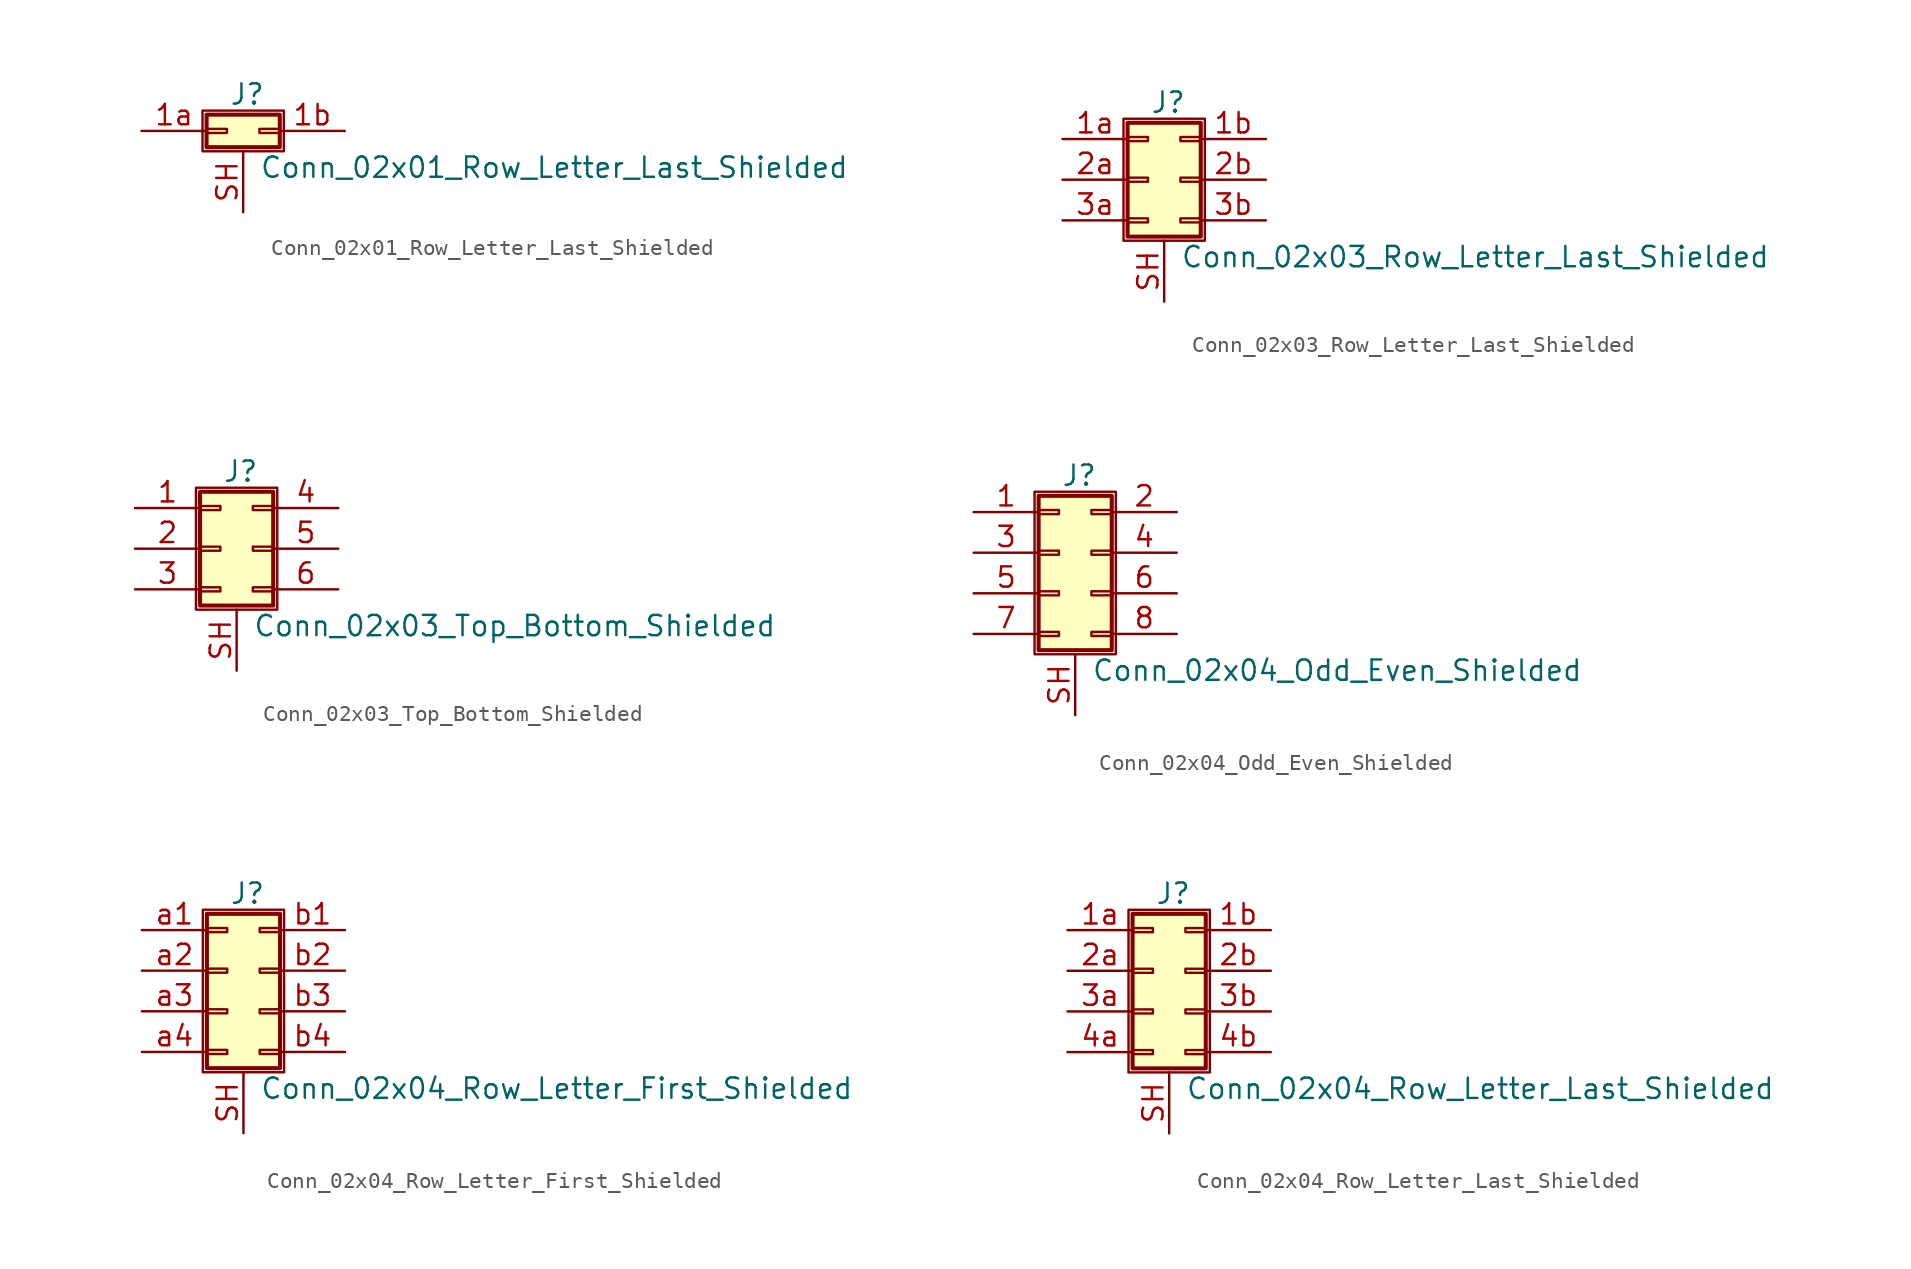
<source format=kicad_sym>
(kicad_symbol_lib
  (version 20201005)
  (generator kicad_symbol_editor)
  (symbol "Conn_02x01_Row_Letter_Last_Shielded"
    (pin_names
      (offset 1.016) hide)
    (property "Reference" "J"
      (at 1.524 2.286 0)
      (effects (font (size 1.27 1.27))))
    (property "Value" "Conn_02x01_Row_Letter_Last_Shielded"
      (at 2.286 -2.286 0)
      (effects (font (size 1.27 1.27)) (justify left)))
    (symbol "Conn_02x01_Row_Letter_Last_Shielded_1_1"
      (rectangle (start -1.27 1.27) (end 3.81 -1.27) (stroke (width 0.152)) (fill (type none)))
      (rectangle (start -1.016 0.127) (end 0.254 -0.127) (stroke (width 0.152)) (fill (type none)))
      (rectangle (start -1.016 1.016) (end 3.556 -1.016) (stroke (width 0.254)) (fill (type background)))
      (rectangle (start 3.556 0.127) (end 2.286 -0.127) (stroke (width 0.152)) (fill (type none)))
      (pin passive line (at -5.08 0 0) (length 4.064) (name "Pin_1a" (effects (font (size 1.27 1.27)))) (number "1a" (effects (font (size 1.27 1.27)))))
      (pin passive line (at 7.62 0 180) (length 4.064) (name "Pin_1b" (effects (font (size 1.27 1.27)))) (number "1b" (effects (font (size 1.27 1.27)))))
      (pin passive line (at 1.27 -5.08 90) (length 3.81) (name "Shield" (effects (font (size 1.27 1.27)))) (number "SH" (effects (font (size 1.27 1.27)))))))
  (symbol "Conn_02x03_Row_Letter_Last_Shielded"
    (pin_names
      (offset 1.016) hide)
    (property "Reference" "J"
      (at 1.524 4.826 0)
      (effects (font (size 1.27 1.27))))
    (property "Value" "Conn_02x03_Row_Letter_Last_Shielded"
      (at 2.286 -4.826 0)
      (effects (font (size 1.27 1.27)) (justify left)))
    (symbol "Conn_02x03_Row_Letter_Last_Shielded_1_1"
      (rectangle (start -1.27 3.81) (end 3.81 -3.81) (stroke (width 0.152)) (fill (type none)))
      (rectangle (start -1.016 -2.413) (end 0.254 -2.667) (stroke (width 0.152)) (fill (type none)))
      (rectangle (start -1.016 0.127) (end 0.254 -0.127) (stroke (width 0.152)) (fill (type none)))
      (rectangle (start -1.016 2.667) (end 0.254 2.413) (stroke (width 0.152)) (fill (type none)))
      (rectangle (start -1.016 3.556) (end 3.556 -3.556) (stroke (width 0.254)) (fill (type background)))
      (rectangle (start 3.556 -2.413) (end 2.286 -2.667) (stroke (width 0.152)) (fill (type none)))
      (rectangle (start 3.556 0.127) (end 2.286 -0.127) (stroke (width 0.152)) (fill (type none)))
      (rectangle (start 3.556 2.667) (end 2.286 2.413) (stroke (width 0.152)) (fill (type none)))
      (pin passive line (at -5.08 2.54 0) (length 4.064) (name "Pin_1a" (effects (font (size 1.27 1.27)))) (number "1a" (effects (font (size 1.27 1.27)))))
      (pin passive line (at 7.62 2.54 180) (length 4.064) (name "Pin_1b" (effects (font (size 1.27 1.27)))) (number "1b" (effects (font (size 1.27 1.27)))))
      (pin passive line (at -5.08 0 0) (length 4.064) (name "Pin_2a" (effects (font (size 1.27 1.27)))) (number "2a" (effects (font (size 1.27 1.27)))))
      (pin passive line (at 7.62 0 180) (length 4.064) (name "Pin_2b" (effects (font (size 1.27 1.27)))) (number "2b" (effects (font (size 1.27 1.27)))))
      (pin passive line (at -5.08 -2.54 0) (length 4.064) (name "Pin_3a" (effects (font (size 1.27 1.27)))) (number "3a" (effects (font (size 1.27 1.27)))))
      (pin passive line (at 7.62 -2.54 180) (length 4.064) (name "Pin_3b" (effects (font (size 1.27 1.27)))) (number "3b" (effects (font (size 1.27 1.27)))))
      (pin passive line (at 1.27 -7.62 90) (length 3.81) (name "Shield" (effects (font (size 1.27 1.27)))) (number "SH" (effects (font (size 1.27 1.27)))))))
  (symbol "Conn_02x03_Top_Bottom_Shielded"
    (pin_names
      (offset 1.016) hide)
    (property "Reference" "J"
      (at 1.524 4.826 0)
      (effects (font (size 1.27 1.27))))
    (property "Value" "Conn_02x03_Top_Bottom_Shielded"
      (at 2.286 -4.826 0)
      (effects (font (size 1.27 1.27)) (justify left)))
    (symbol "Conn_02x03_Top_Bottom_Shielded_1_1"
      (rectangle (start -1.27 3.81) (end 3.81 -3.81) (stroke (width 0.152)) (fill (type none)))
      (rectangle (start -1.016 -2.413) (end 0.254 -2.667) (stroke (width 0.152)) (fill (type none)))
      (rectangle (start -1.016 0.127) (end 0.254 -0.127) (stroke (width 0.152)) (fill (type none)))
      (rectangle (start -1.016 2.667) (end 0.254 2.413) (stroke (width 0.152)) (fill (type none)))
      (rectangle (start -1.016 3.556) (end 3.556 -3.556) (stroke (width 0.254)) (fill (type background)))
      (rectangle (start 3.556 -2.413) (end 2.286 -2.667) (stroke (width 0.152)) (fill (type none)))
      (rectangle (start 3.556 0.127) (end 2.286 -0.127) (stroke (width 0.152)) (fill (type none)))
      (rectangle (start 3.556 2.667) (end 2.286 2.413) (stroke (width 0.152)) (fill (type none)))
      (pin passive line (at -5.08 2.54 0) (length 4.064) (name "Pin_1" (effects (font (size 1.27 1.27)))) (number "1" (effects (font (size 1.27 1.27)))))
      (pin passive line (at -5.08 0 0) (length 4.064) (name "Pin_2" (effects (font (size 1.27 1.27)))) (number "2" (effects (font (size 1.27 1.27)))))
      (pin passive line (at -5.08 -2.54 0) (length 4.064) (name "Pin_3" (effects (font (size 1.27 1.27)))) (number "3" (effects (font (size 1.27 1.27)))))
      (pin passive line (at 7.62 2.54 180) (length 4.064) (name "Pin_4" (effects (font (size 1.27 1.27)))) (number "4" (effects (font (size 1.27 1.27)))))
      (pin passive line (at 7.62 0 180) (length 4.064) (name "Pin_5" (effects (font (size 1.27 1.27)))) (number "5" (effects (font (size 1.27 1.27)))))
      (pin passive line (at 7.62 -2.54 180) (length 4.064) (name "Pin_6" (effects (font (size 1.27 1.27)))) (number "6" (effects (font (size 1.27 1.27)))))
      (pin passive line (at 1.27 -7.62 90) (length 3.81) (name "Shield" (effects (font (size 1.27 1.27)))) (number "SH" (effects (font (size 1.27 1.27)))))))
  (symbol "Conn_02x04_Odd_Even_Shielded"
    (pin_names
      (offset 1.016) hide)
    (property "Reference" "J"
      (at 1.524 4.826 0)
      (effects (font (size 1.27 1.27))))
    (property "Value" "Conn_02x04_Odd_Even_Shielded"
      (at 2.286 -7.366 0)
      (effects (font (size 1.27 1.27)) (justify left)))
    (symbol "Conn_02x04_Odd_Even_Shielded_1_1"
      (rectangle (start -1.27 3.81) (end 3.81 -6.35) (stroke (width 0.152)) (fill (type none)))
      (rectangle (start -1.016 -4.953) (end 0.254 -5.207) (stroke (width 0.152)) (fill (type none)))
      (rectangle (start -1.016 -2.413) (end 0.254 -2.667) (stroke (width 0.152)) (fill (type none)))
      (rectangle (start -1.016 0.127) (end 0.254 -0.127) (stroke (width 0.152)) (fill (type none)))
      (rectangle (start -1.016 2.667) (end 0.254 2.413) (stroke (width 0.152)) (fill (type none)))
      (rectangle (start -1.016 3.556) (end 3.556 -6.096) (stroke (width 0.254)) (fill (type background)))
      (rectangle (start 3.556 -4.953) (end 2.286 -5.207) (stroke (width 0.152)) (fill (type none)))
      (rectangle (start 3.556 -2.413) (end 2.286 -2.667) (stroke (width 0.152)) (fill (type none)))
      (rectangle (start 3.556 0.127) (end 2.286 -0.127) (stroke (width 0.152)) (fill (type none)))
      (rectangle (start 3.556 2.667) (end 2.286 2.413) (stroke (width 0.152)) (fill (type none)))
      (pin passive line (at -5.08 2.54 0) (length 4.064) (name "Pin_1" (effects (font (size 1.27 1.27)))) (number "1" (effects (font (size 1.27 1.27)))))
      (pin passive line (at 7.62 2.54 180) (length 4.064) (name "Pin_2" (effects (font (size 1.27 1.27)))) (number "2" (effects (font (size 1.27 1.27)))))
      (pin passive line (at -5.08 0 0) (length 4.064) (name "Pin_3" (effects (font (size 1.27 1.27)))) (number "3" (effects (font (size 1.27 1.27)))))
      (pin passive line (at 7.62 0 180) (length 4.064) (name "Pin_4" (effects (font (size 1.27 1.27)))) (number "4" (effects (font (size 1.27 1.27)))))
      (pin passive line (at -5.08 -2.54 0) (length 4.064) (name "Pin_5" (effects (font (size 1.27 1.27)))) (number "5" (effects (font (size 1.27 1.27)))))
      (pin passive line (at 7.62 -2.54 180) (length 4.064) (name "Pin_6" (effects (font (size 1.27 1.27)))) (number "6" (effects (font (size 1.27 1.27)))))
      (pin passive line (at -5.08 -5.08 0) (length 4.064) (name "Pin_7" (effects (font (size 1.27 1.27)))) (number "7" (effects (font (size 1.27 1.27)))))
      (pin passive line (at 7.62 -5.08 180) (length 4.064) (name "Pin_8" (effects (font (size 1.27 1.27)))) (number "8" (effects (font (size 1.27 1.27)))))
      (pin passive line (at 1.27 -10.16 90) (length 3.81) (name "Shield" (effects (font (size 1.27 1.27)))) (number "SH" (effects (font (size 1.27 1.27)))))))
  (symbol "Conn_02x04_Row_Letter_First_Shielded"
    (pin_names
      (offset 1.016) hide)
    (property "Reference" "J"
      (at 1.524 4.826 0)
      (effects (font (size 1.27 1.27))))
    (property "Value" "Conn_02x04_Row_Letter_First_Shielded"
      (at 2.286 -7.366 0)
      (effects (font (size 1.27 1.27)) (justify left)))
    (symbol "Conn_02x04_Row_Letter_First_Shielded_1_1"
      (rectangle (start -1.27 3.81) (end 3.81 -6.35) (stroke (width 0.152)) (fill (type none)))
      (rectangle (start -1.016 -4.953) (end 0.254 -5.207) (stroke (width 0.152)) (fill (type none)))
      (rectangle (start -1.016 -2.413) (end 0.254 -2.667) (stroke (width 0.152)) (fill (type none)))
      (rectangle (start -1.016 0.127) (end 0.254 -0.127) (stroke (width 0.152)) (fill (type none)))
      (rectangle (start -1.016 2.667) (end 0.254 2.413) (stroke (width 0.152)) (fill (type none)))
      (rectangle (start -1.016 3.556) (end 3.556 -6.096) (stroke (width 0.254)) (fill (type background)))
      (rectangle (start 3.556 -4.953) (end 2.286 -5.207) (stroke (width 0.152)) (fill (type none)))
      (rectangle (start 3.556 -2.413) (end 2.286 -2.667) (stroke (width 0.152)) (fill (type none)))
      (rectangle (start 3.556 0.127) (end 2.286 -0.127) (stroke (width 0.152)) (fill (type none)))
      (rectangle (start 3.556 2.667) (end 2.286 2.413) (stroke (width 0.152)) (fill (type none)))
      (pin passive line (at 1.27 -10.16 90) (length 3.81) (name "Shield" (effects (font (size 1.27 1.27)))) (number "SH" (effects (font (size 1.27 1.27)))))
      (pin passive line (at -5.08 2.54 0) (length 4.064) (name "Pin_a1" (effects (font (size 1.27 1.27)))) (number "a1" (effects (font (size 1.27 1.27)))))
      (pin passive line (at -5.08 0 0) (length 4.064) (name "Pin_a2" (effects (font (size 1.27 1.27)))) (number "a2" (effects (font (size 1.27 1.27)))))
      (pin passive line (at -5.08 -2.54 0) (length 4.064) (name "Pin_a3" (effects (font (size 1.27 1.27)))) (number "a3" (effects (font (size 1.27 1.27)))))
      (pin passive line (at -5.08 -5.08 0) (length 4.064) (name "Pin_a4" (effects (font (size 1.27 1.27)))) (number "a4" (effects (font (size 1.27 1.27)))))
      (pin passive line (at 7.62 2.54 180) (length 4.064) (name "Pin_b1" (effects (font (size 1.27 1.27)))) (number "b1" (effects (font (size 1.27 1.27)))))
      (pin passive line (at 7.62 0 180) (length 4.064) (name "Pin_b2" (effects (font (size 1.27 1.27)))) (number "b2" (effects (font (size 1.27 1.27)))))
      (pin passive line (at 7.62 -2.54 180) (length 4.064) (name "Pin_b3" (effects (font (size 1.27 1.27)))) (number "b3" (effects (font (size 1.27 1.27)))))
      (pin passive line (at 7.62 -5.08 180) (length 4.064) (name "Pin_b4" (effects (font (size 1.27 1.27)))) (number "b4" (effects (font (size 1.27 1.27)))))))
  (symbol "Conn_02x04_Row_Letter_Last_Shielded"
    (pin_names
      (offset 1.016) hide)
    (property "Reference" "J"
      (at 1.524 4.826 0)
      (effects (font (size 1.27 1.27))))
    (property "Value" "Conn_02x04_Row_Letter_Last_Shielded"
      (at 2.286 -7.366 0)
      (effects (font (size 1.27 1.27)) (justify left)))
    (symbol "Conn_02x04_Row_Letter_Last_Shielded_1_1"
      (rectangle (start -1.27 3.81) (end 3.81 -6.35) (stroke (width 0.152)) (fill (type none)))
      (rectangle (start -1.016 -4.953) (end 0.254 -5.207) (stroke (width 0.152)) (fill (type none)))
      (rectangle (start -1.016 -2.413) (end 0.254 -2.667) (stroke (width 0.152)) (fill (type none)))
      (rectangle (start -1.016 0.127) (end 0.254 -0.127) (stroke (width 0.152)) (fill (type none)))
      (rectangle (start -1.016 2.667) (end 0.254 2.413) (stroke (width 0.152)) (fill (type none)))
      (rectangle (start -1.016 3.556) (end 3.556 -6.096) (stroke (width 0.254)) (fill (type background)))
      (rectangle (start 3.556 -4.953) (end 2.286 -5.207) (stroke (width 0.152)) (fill (type none)))
      (rectangle (start 3.556 -2.413) (end 2.286 -2.667) (stroke (width 0.152)) (fill (type none)))
      (rectangle (start 3.556 0.127) (end 2.286 -0.127) (stroke (width 0.152)) (fill (type none)))
      (rectangle (start 3.556 2.667) (end 2.286 2.413) (stroke (width 0.152)) (fill (type none)))
      (pin passive line (at -5.08 2.54 0) (length 4.064) (name "Pin_1a" (effects (font (size 1.27 1.27)))) (number "1a" (effects (font (size 1.27 1.27)))))
      (pin passive line (at 7.62 2.54 180) (length 4.064) (name "Pin_1b" (effects (font (size 1.27 1.27)))) (number "1b" (effects (font (size 1.27 1.27)))))
      (pin passive line (at -5.08 0 0) (length 4.064) (name "Pin_2a" (effects (font (size 1.27 1.27)))) (number "2a" (effects (font (size 1.27 1.27)))))
      (pin passive line (at 7.62 0 180) (length 4.064) (name "Pin_2b" (effects (font (size 1.27 1.27)))) (number "2b" (effects (font (size 1.27 1.27)))))
      (pin passive line (at -5.08 -2.54 0) (length 4.064) (name "Pin_3a" (effects (font (size 1.27 1.27)))) (number "3a" (effects (font (size 1.27 1.27)))))
      (pin passive line (at 7.62 -2.54 180) (length 4.064) (name "Pin_3b" (effects (font (size 1.27 1.27)))) (number "3b" (effects (font (size 1.27 1.27)))))
      (pin passive line (at -5.08 -5.08 0) (length 4.064) (name "Pin_4a" (effects (font (size 1.27 1.27)))) (number "4a" (effects (font (size 1.27 1.27)))))
      (pin passive line (at 7.62 -5.08 180) (length 4.064) (name "Pin_4b" (effects (font (size 1.27 1.27)))) (number "4b" (effects (font (size 1.27 1.27)))))
      (pin passive line (at 1.27 -10.16 90) (length 3.81) (name "Shield" (effects (font (size 1.27 1.27)))) (number "SH" (effects (font (size 1.27 1.27))))))))
</source>
